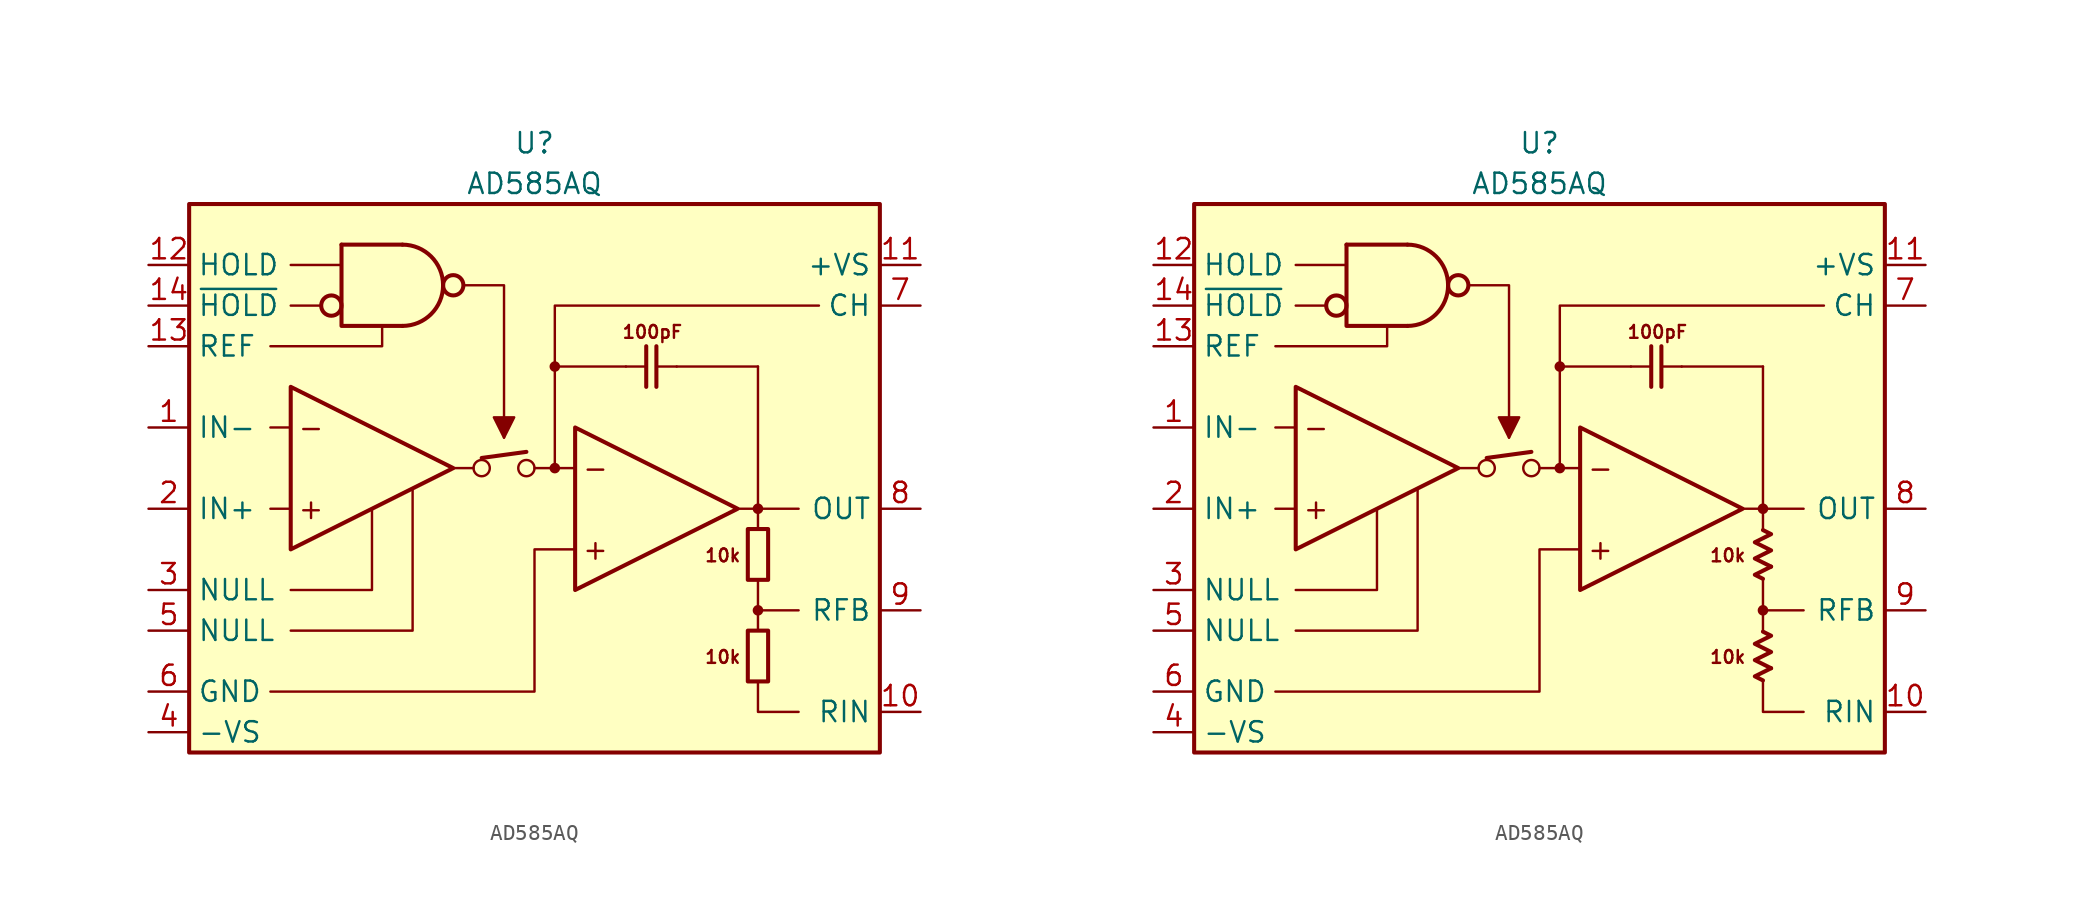
<source format=kicad_sym>
(kicad_symbol_lib
  (version 20231120)
  (generator "kicad_symbol_editor")
  (generator_version "8.0")
  (symbol "AD585AQ"
    (property "Reference" "U"
      (at 0 22.86 0)
      (effects (font (size 1.27 1.27))))
    (property "Value" "AD585AQ"
      (at 0 20.32 0)
      (effects (font (size 1.27 1.27))))
    (symbol "AD585AQ_0_0"
      (rectangle (start -21.59 19.05) (end 21.59 -15.24) (stroke (width 0.254) (type default)) (fill (type background)))
      (circle (center -3.302 2.54) (radius 0.508) (stroke (width 0) (type default)) (fill (type none)))
      (circle (center -0.508 2.54) (radius 0.508) (stroke (width 0) (type default)) (fill (type none)))
      (polyline (pts (xy -15.24 0) (xy -16.51 0)) (stroke (width 0.152) (type default)) (fill (type none)))
      (polyline (pts (xy -15.24 5.08) (xy -16.51 5.08)) (stroke (width 0.152) (type default)) (fill (type none)))
      (polyline (pts (xy -13.335 12.7) (xy -15.24 12.7)) (stroke (width 0.152) (type default)) (fill (type none)))
      (polyline (pts (xy -12.065 15.24) (xy -15.24 15.24)) (stroke (width 0.152) (type default)) (fill (type none)))
      (polyline (pts (xy -3.81 2.54) (xy -5.08 2.54)) (stroke (width 0.152) (type default)) (fill (type none)))
      (polyline (pts (xy -3.302 3.175) (xy -0.508 3.556)) (stroke (width 0.254) (type default)) (fill (type none)))
      (polyline (pts (xy -1.905 5.08) (xy -1.905 4.445)) (stroke (width 0.152) (type default)) (fill (type none)))
      (polyline (pts (xy 1.27 2.54) (xy 1.27 8.89)) (stroke (width 0.152) (type default)) (fill (type none)))
      (polyline (pts (xy 1.27 8.89) (xy 5.715 8.89)) (stroke (width 0.152) (type default)) (fill (type none)))
      (polyline (pts (xy 2.54 2.54) (xy 0 2.54)) (stroke (width 0.152) (type default)) (fill (type none)))
      (polyline (pts (xy 8.89 8.89) (xy 13.97 8.89)) (stroke (width 0.152) (type default)) (fill (type none)))
      (polyline (pts (xy 12.7 0) (xy 13.97 0)) (stroke (width 0.152) (type default)) (fill (type none)))
      (polyline (pts (xy 13.97 -7.62) (xy 13.97 -4.445)) (stroke (width 0.152) (type default)) (fill (type none)))
      (polyline (pts (xy 13.97 -6.35) (xy 16.51 -6.35)) (stroke (width 0.152) (type default)) (fill (type none)))
      (polyline (pts (xy 13.97 -1.27) (xy 13.97 0)) (stroke (width 0.152) (type default)) (fill (type none)))
      (polyline (pts (xy 13.97 0) (xy 16.51 0)) (stroke (width 0.152) (type default)) (fill (type none)))
      (polyline (pts (xy 13.97 8.89) (xy 13.97 0)) (stroke (width 0.152) (type default)) (fill (type none)))
      (polyline (pts (xy -15.24 -5.08) (xy -10.16 -5.08) (xy -10.16 0)) (stroke (width 0.152) (type default)) (fill (type none)))
      (polyline (pts (xy -9.525 11.43) (xy -9.525 10.16) (xy -16.51 10.16)) (stroke (width 0.152) (type default)) (fill (type none)))
      (polyline (pts (xy -7.62 1.27) (xy -7.62 -7.62) (xy -15.24 -7.62)) (stroke (width 0.152) (type default)) (fill (type none)))
      (polyline (pts (xy -4.445 13.97) (xy -1.905 13.97) (xy -1.905 5.08)) (stroke (width 0.152) (type default)) (fill (type none)))
      (polyline (pts (xy 1.27 8.89) (xy 1.27 12.7) (xy 17.78 12.7)) (stroke (width 0.152) (type default)) (fill (type none)))
      (polyline (pts (xy 13.97 -10.795) (xy 13.97 -12.7) (xy 16.51 -12.7)) (stroke (width 0.152) (type default)) (fill (type none)))
      (polyline (pts (xy -16.51 -11.43) (xy 0 -11.43) (xy 0 -2.54) (xy 2.54 -2.54)) (stroke (width 0.152) (type default)) (fill (type none)))
      (polyline (pts (xy -1.905 4.445) (xy -2.54 5.715) (xy -1.27 5.715) (xy -1.905 4.445)) (stroke (width 0.152) (type default)) (fill (type outline)))
      (circle (center 1.27 2.54) (radius 0.254) (stroke (width 0.152) (type default)) (fill (type outline)))
      (circle (center 1.27 8.89) (radius 0.254) (stroke (width 0.152) (type default)) (fill (type outline)))
      (circle (center 13.97 -6.35) (radius 0.254) (stroke (width 0.152) (type default)) (fill (type outline)))
      (circle (center 13.97 0) (radius 0.254) (stroke (width 0.152) (type default)) (fill (type outline)))
      (text "+" (at -13.97 0 0) (effects (font (size 1.27 1.27))))
      (text "+" (at 3.81 -2.54 0) (effects (font (size 1.27 1.27))))
      (text "-" (at -13.97 5.08 0) (effects (font (size 1.27 1.27))))
      (text "-" (at 3.81 2.54 0) (effects (font (size 1.27 1.27))))
      (text "100pF" (at 7.366 11.049 0) (effects (font (size 0.8 0.8))))
      (text "10k" (at 12.954 -9.271 0) (effects (font (size 0.8 0.8)) (justify right)))
      (text "10k" (at 12.954 -2.921 0) (effects (font (size 0.8 0.8)) (justify right))))
    (symbol "AD585AQ_0_1"
      (rectangle (start 13.335 -7.62) (end 14.605 -10.795) (stroke (width 0.254) (type default)) (fill (type none)))
      (rectangle (start 13.335 -1.27) (end 14.605 -4.445) (stroke (width 0.254) (type default)) (fill (type none))))
    (symbol "AD585AQ_0_2"
      (polyline (pts (xy 14.478 -9.97) (xy 13.462 -10.477) (xy 13.97 -10.732)) (stroke (width 0.254) (type default)) (fill (type none)))
      (polyline (pts (xy 14.478 -3.619) (xy 13.462 -4.128) (xy 13.97 -4.381)) (stroke (width 0.254) (type default)) (fill (type none)))
      (polyline (pts (xy 13.97 -7.684) (xy 14.478 -7.938) (xy 13.462 -8.445) (xy 14.478 -8.954) (xy 13.462 -9.461) (xy 14.478 -9.97)) (stroke (width 0.254) (type default)) (fill (type none)))
      (polyline (pts (xy 13.97 -1.333) (xy 14.478 -1.587) (xy 13.462 -2.095) (xy 14.478 -2.603) (xy 13.462 -3.111) (xy 14.478 -3.619)) (stroke (width 0.254) (type default)) (fill (type none))))
    (symbol "AD585AQ_1_0"
      (circle (center -12.7 12.7) (radius 0.635) (stroke (width 0.254) (type default)) (fill (type none)))
      (arc (start -8.255 11.43) (mid -5.726 13.97) (end -8.255 16.51) (stroke (width 0.254) (type default)) (fill (type none)))
      (circle (center -5.08 13.97) (radius 0.635) (stroke (width 0.254) (type default)) (fill (type none)))
      (polyline (pts (xy -12.065 16.51) (xy -8.255 16.51)) (stroke (width 0.254) (type default)) (fill (type none)))
      (polyline (pts (xy 5.715 8.89) (xy 6.985 8.89)) (stroke (width 0.152) (type default)) (fill (type none)))
      (polyline (pts (xy 6.985 7.62) (xy 6.985 10.16)) (stroke (width 0.254) (type default)) (fill (type none)))
      (polyline (pts (xy 7.62 10.16) (xy 7.62 7.62)) (stroke (width 0.254) (type default)) (fill (type none)))
      (polyline (pts (xy 8.89 8.89) (xy 7.62 8.89)) (stroke (width 0.152) (type default)) (fill (type none)))
      (polyline (pts (xy -12.065 16.51) (xy -12.065 11.43) (xy -8.255 11.43)) (stroke (width 0.254) (type default)) (fill (type none)))
      (polyline (pts (xy -15.24 7.62) (xy -15.24 -2.54) (xy -5.08 2.54) (xy -15.24 7.62)) (stroke (width 0.254) (type default)) (fill (type none)))
      (polyline (pts (xy 2.54 5.08) (xy 2.54 -5.08) (xy 12.7 0) (xy 2.54 5.08)) (stroke (width 0.254) (type default)) (fill (type none))))
    (symbol "AD585AQ_1_1"
      (pin input line (at -24.13 5.08 0) (length 2.54) (name "IN-" (effects (font (size 1.27 1.27)))) (number "1" (effects (font (size 1.27 1.27)))))
      (pin passive line (at 24.13 -12.7 180) (length 2.54) (name "RIN" (effects (font (size 1.27 1.27)))) (number "10" (effects (font (size 1.27 1.27)))))
      (pin power_in line (at 24.13 15.24 180) (length 2.54) (name "+VS" (effects (font (size 1.27 1.27)))) (number "11" (effects (font (size 1.27 1.27)))))
      (pin input line (at -24.13 15.24 0) (length 2.54) (name "HOLD" (effects (font (size 1.27 1.27)))) (number "12" (effects (font (size 1.27 1.27)))))
      (pin input line (at -24.13 10.16 0) (length 2.54) (name "REF" (effects (font (size 1.27 1.27)))) (number "13" (effects (font (size 1.27 1.27)))))
      (pin input line (at -24.13 12.7 0) (length 2.54) (name "~{HOLD}" (effects (font (size 1.27 1.27)))) (number "14" (effects (font (size 1.27 1.27)))))
      (pin input line (at -24.13 0 0) (length 2.54) (name "IN+" (effects (font (size 1.27 1.27)))) (number "2" (effects (font (size 1.27 1.27)))))
      (pin passive line (at -24.13 -5.08 0) (length 2.54) (name "NULL" (effects (font (size 1.27 1.27)))) (number "3" (effects (font (size 1.27 1.27)))))
      (pin power_in line (at -24.13 -13.97 0) (length 2.54) (name "-VS" (effects (font (size 1.27 1.27)))) (number "4" (effects (font (size 1.27 1.27)))))
      (pin passive line (at -24.13 -7.62 0) (length 2.54) (name "NULL" (effects (font (size 1.27 1.27)))) (number "5" (effects (font (size 1.27 1.27)))))
      (pin power_in line (at -24.13 -11.43 0) (length 2.54) (name "GND" (effects (font (size 1.27 1.27)))) (number "6" (effects (font (size 1.27 1.27)))))
      (pin passive line (at 24.13 12.7 180) (length 2.54) (name "CH" (effects (font (size 1.27 1.27)))) (number "7" (effects (font (size 1.27 1.27)))))
      (pin output line (at 24.13 0 180) (length 2.54) (name "OUT" (effects (font (size 1.27 1.27)))) (number "8" (effects (font (size 1.27 1.27)))))
      (pin passive line (at 24.13 -6.35 180) (length 2.54) (name "RFB" (effects (font (size 1.27 1.27)))) (number "9" (effects (font (size 1.27 1.27))))))
    (symbol "AD585AQ_1_2"
      (pin input line (at -24.13 5.08 0) (length 2.54) (name "IN-" (effects (font (size 1.27 1.27)))) (number "1" (effects (font (size 1.27 1.27)))))
      (pin passive line (at 24.13 -12.7 180) (length 2.54) (name "RIN" (effects (font (size 1.27 1.27)))) (number "10" (effects (font (size 1.27 1.27)))))
      (pin power_in line (at 24.13 15.24 180) (length 2.54) (name "+VS" (effects (font (size 1.27 1.27)))) (number "11" (effects (font (size 1.27 1.27)))))
      (pin input line (at -24.13 15.24 0) (length 2.54) (name "HOLD" (effects (font (size 1.27 1.27)))) (number "12" (effects (font (size 1.27 1.27)))))
      (pin input line (at -24.13 10.16 0) (length 2.54) (name "REF" (effects (font (size 1.27 1.27)))) (number "13" (effects (font (size 1.27 1.27)))))
      (pin input line (at -24.13 12.7 0) (length 2.54) (name "~{HOLD}" (effects (font (size 1.27 1.27)))) (number "14" (effects (font (size 1.27 1.27)))))
      (pin input line (at -24.13 0 0) (length 2.54) (name "IN+" (effects (font (size 1.27 1.27)))) (number "2" (effects (font (size 1.27 1.27)))))
      (pin passive line (at -24.13 -5.08 0) (length 2.54) (name "NULL" (effects (font (size 1.27 1.27)))) (number "3" (effects (font (size 1.27 1.27)))))
      (pin power_in line (at -24.13 -13.97 0) (length 2.54) (name "-VS" (effects (font (size 1.27 1.27)))) (number "4" (effects (font (size 1.27 1.27)))))
      (pin passive line (at -24.13 -7.62 0) (length 2.54) (name "NULL" (effects (font (size 1.27 1.27)))) (number "5" (effects (font (size 1.27 1.27)))))
      (pin power_in line (at -24.13 -11.43 0) (length 2.54) (name "GND" (effects (font (size 1.27 1.27)))) (number "6" (effects (font (size 1.27 1.27)))))
      (pin passive line (at 24.13 12.7 180) (length 2.54) (name "CH" (effects (font (size 1.27 1.27)))) (number "7" (effects (font (size 1.27 1.27)))))
      (pin output line (at 24.13 0 180) (length 2.54) (name "OUT" (effects (font (size 1.27 1.27)))) (number "8" (effects (font (size 1.27 1.27)))))
      (pin passive line (at 24.13 -6.35 180) (length 2.54) (name "RFB" (effects (font (size 1.27 1.27)))) (number "9" (effects (font (size 1.27 1.27))))))))
</source>
